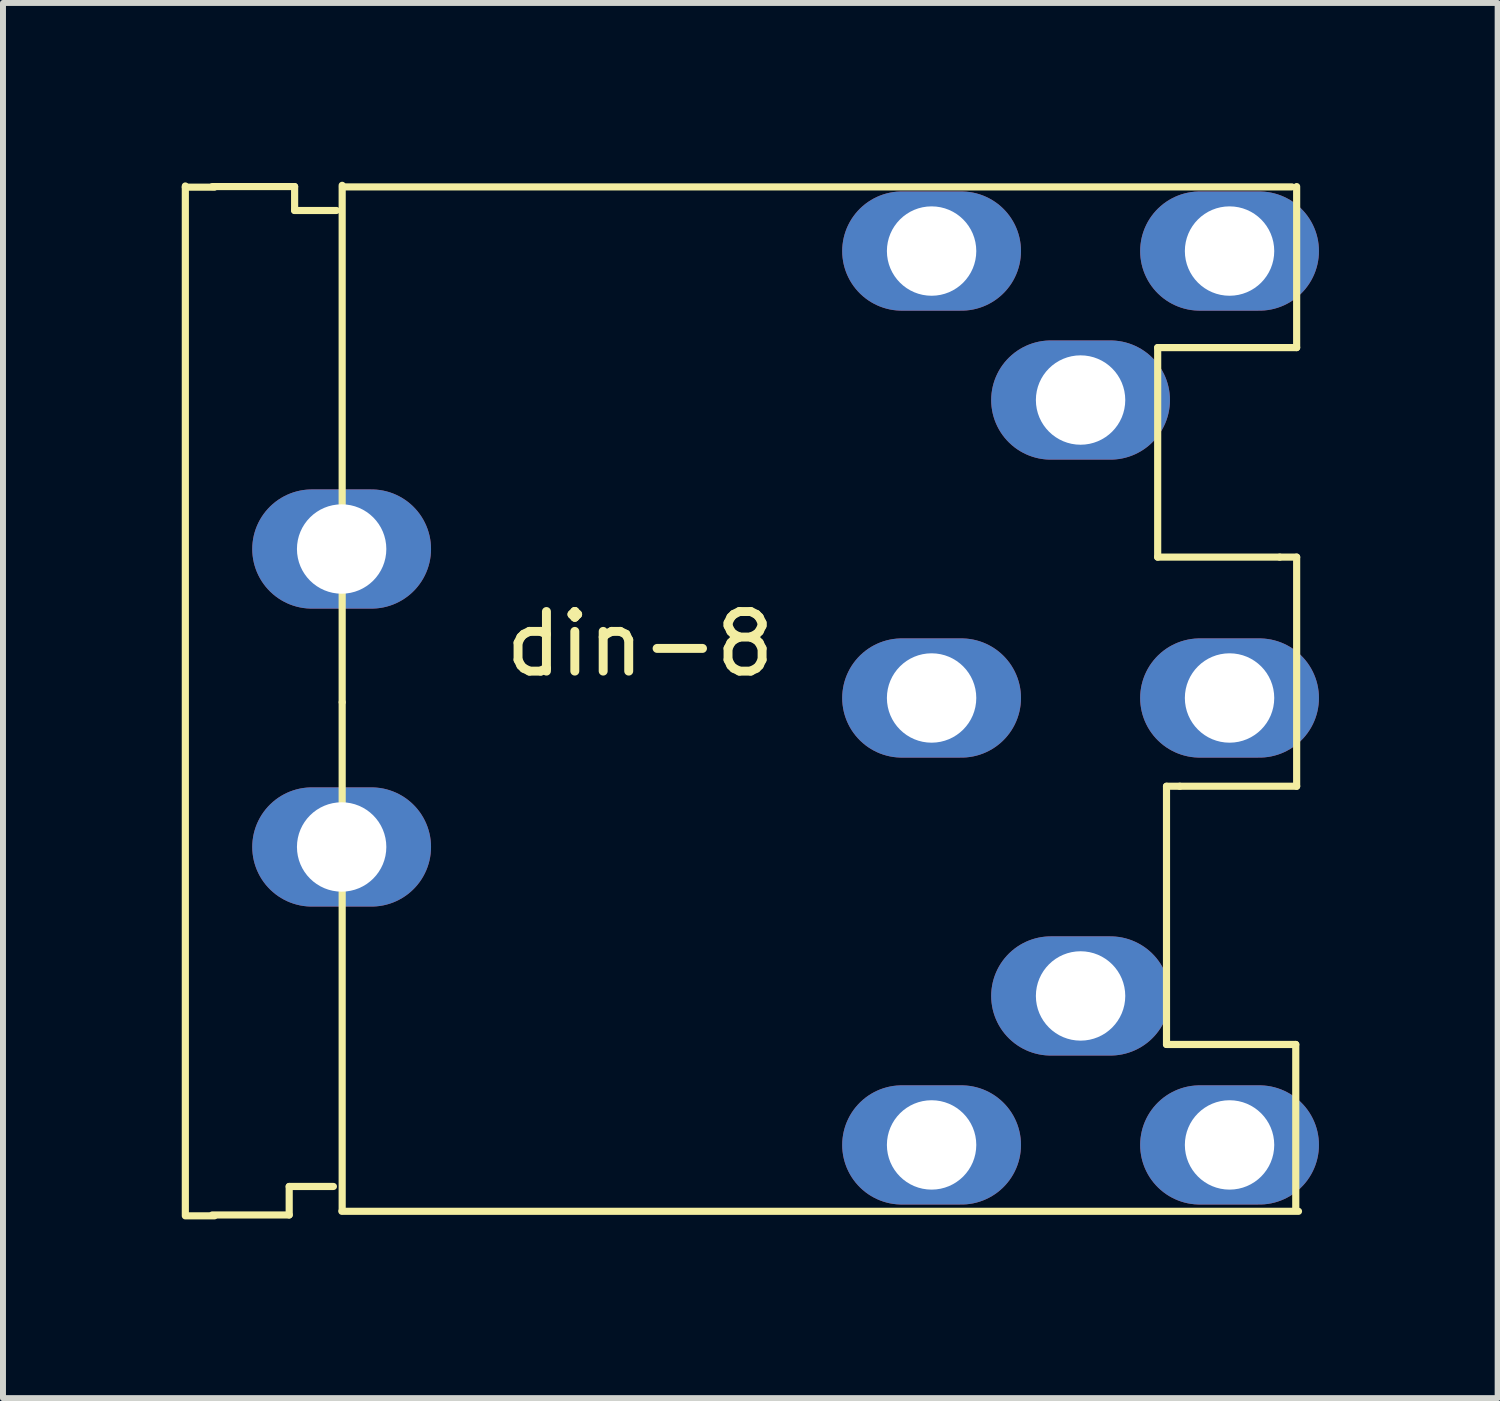
<source format=kicad_pcb>
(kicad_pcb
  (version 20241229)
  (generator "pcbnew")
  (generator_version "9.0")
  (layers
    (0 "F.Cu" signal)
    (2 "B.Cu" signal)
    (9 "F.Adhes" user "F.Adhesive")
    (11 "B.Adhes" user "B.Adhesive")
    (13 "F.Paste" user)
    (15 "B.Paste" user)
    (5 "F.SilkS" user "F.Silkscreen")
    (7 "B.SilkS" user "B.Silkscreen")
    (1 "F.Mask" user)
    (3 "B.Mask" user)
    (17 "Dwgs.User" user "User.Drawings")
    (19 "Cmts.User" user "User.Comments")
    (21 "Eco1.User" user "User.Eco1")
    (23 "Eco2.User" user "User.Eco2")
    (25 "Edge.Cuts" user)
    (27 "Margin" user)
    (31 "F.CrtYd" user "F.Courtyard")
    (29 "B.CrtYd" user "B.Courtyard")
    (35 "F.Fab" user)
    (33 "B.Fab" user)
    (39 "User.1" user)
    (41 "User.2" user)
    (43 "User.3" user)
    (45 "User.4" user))
  (footprint "din-8"
    (layer "F.Cu")
    (at 9.814 8.732)
    (property "Reference" "din-8" (at -2.123 -0.975 180) (layer "F.SilkS") (effects (font (size 1 1) (thickness 0.15))))
    (attr through_hole)
    (fp_line (start -9.754 -8.661) (end -9.754 8.595) (stroke (width 0.12) (type solid)) (layer "F.SilkS"))
    (fp_line (start -9.754 -8.641) (end -9.266 -8.641) (stroke (width 0.12) (type solid)) (layer "F.SilkS"))
    (fp_line (start -9.754 8.621) (end -9.266 8.621) (stroke (width 0.12) (type solid)) (layer "F.SilkS"))
    (fp_line (start -9.301 8.606) (end -8.011 8.606) (stroke (width 0.12) (type solid)) (layer "F.SilkS"))
    (fp_line (start -8.011 8.128) (end -7.269 8.128) (stroke (width 0.12) (type solid)) (layer "F.SilkS"))
    (fp_line (start -8.011 8.606) (end -8.011 8.128) (stroke (width 0.12) (type solid)) (layer "F.SilkS"))
    (fp_line (start -7.92 -8.651) (end -9.301 -8.651) (stroke (width 0.12) (type solid)) (layer "F.SilkS"))
    (fp_line (start -7.92 -8.25) (end -7.92 -8.651) (stroke (width 0.12) (type solid)) (layer "F.SilkS"))
    (fp_line (start -7.219 -8.25) (end -7.92 -8.25) (stroke (width 0.12) (type solid)) (layer "F.SilkS"))
    (fp_line (start -7.127 8.545) (end 8.926 8.545) (stroke (width 0.12) (type solid)) (layer "F.SilkS"))
    (fp_line (start -7.122 0) (end -7.122 -8.672) (stroke (width 0.12) (type solid)) (layer "F.SilkS"))
    (fp_line (start -7.122 0.005) (end -7.122 8.534) (stroke (width 0.12) (type solid)) (layer "F.SilkS"))
    (fp_line (start -7.117 -8.646) (end 8.814 -8.646) (stroke (width 0.12) (type solid)) (layer "F.SilkS"))
    (fp_line (start 6.563 -5.949) (end 6.563 -2.433) (stroke (width 0.12) (type solid)) (layer "F.SilkS"))
    (fp_line (start 6.563 -2.433) (end 8.611 -2.433) (stroke (width 0.12) (type solid)) (layer "F.SilkS"))
    (fp_line (start 6.711 1.412) (end 6.711 5.745) (stroke (width 0.12) (type solid)) (layer "F.SilkS"))
    (fp_line (start 6.711 5.745) (end 8.88 5.745) (stroke (width 0.12) (type solid)) (layer "F.SilkS"))
    (fp_line (start 6.934 1.412) (end 6.711 1.412) (stroke (width 0.12) (type solid)) (layer "F.SilkS"))
    (fp_line (start 8.611 -2.433) (end 8.895 -2.433) (stroke (width 0.12) (type solid)) (layer "F.SilkS"))
    (fp_line (start 8.88 5.745) (end 8.88 8.529) (stroke (width 0.12) (type solid)) (layer "F.SilkS"))
    (fp_line (start 8.895 -8.651) (end 8.895 -5.949) (stroke (width 0.12) (type solid)) (layer "F.SilkS"))
    (fp_line (start 8.895 -5.949) (end 6.563 -5.949) (stroke (width 0.12) (type solid)) (layer "F.SilkS"))
    (fp_line (start 8.895 -2.433) (end 8.895 1.412) (stroke (width 0.12) (type solid)) (layer "F.SilkS"))
    (fp_line (start 8.895 1.412) (end 6.934 1.412) (stroke (width 0.12) (type solid)) (layer "F.SilkS"))
    (pad "1" thru_hole oval (at 2.769 7.431) (size 3 2) (drill 1.5) (layers "*.Cu" "*.Mask"))
    (pad "2" thru_hole oval (at 2.769 -0.069) (size 3 2) (drill 1.5) (layers "*.Cu" "*.Mask"))
    (pad "3" thru_hole oval (at 2.769 -7.569) (size 3 2) (drill 1.5) (layers "*.Cu" "*.Mask"))
    (pad "4" thru_hole oval (at 5.269 4.931) (size 3 2) (drill 1.5) (layers "*.Cu" "*.Mask"))
    (pad "5" thru_hole oval (at 5.269 -5.069) (size 3 2) (drill 1.5) (layers "*.Cu" "*.Mask"))
    (pad "6" thru_hole oval (at 7.769 7.431) (size 3 2) (drill 1.5) (layers "*.Cu" "*.Mask"))
    (pad "7" thru_hole oval (at 7.769 -7.569) (size 3 2) (drill 1.5) (layers "*.Cu" "*.Mask"))
    (pad "8" thru_hole oval (at 7.769 -0.069) (size 3 2) (drill 1.5) (layers "*.Cu" "*.Mask"))
    (pad "9" thru_hole oval (at -7.131 2.431) (size 3 2) (drill oval 1.5) (layers "*.Cu" "*.Mask"))
    (pad "10" thru_hole oval (at -7.131 -2.569) (size 3 2) (drill oval 1.5) (layers "*.Cu" "*.Mask")))
  (gr_rect
    (start -3 -3)
    (end 22.082 20.412)
    (stroke (width 0.1) (type default))
    (fill no)
    (layer "Edge.Cuts")))
</source>
